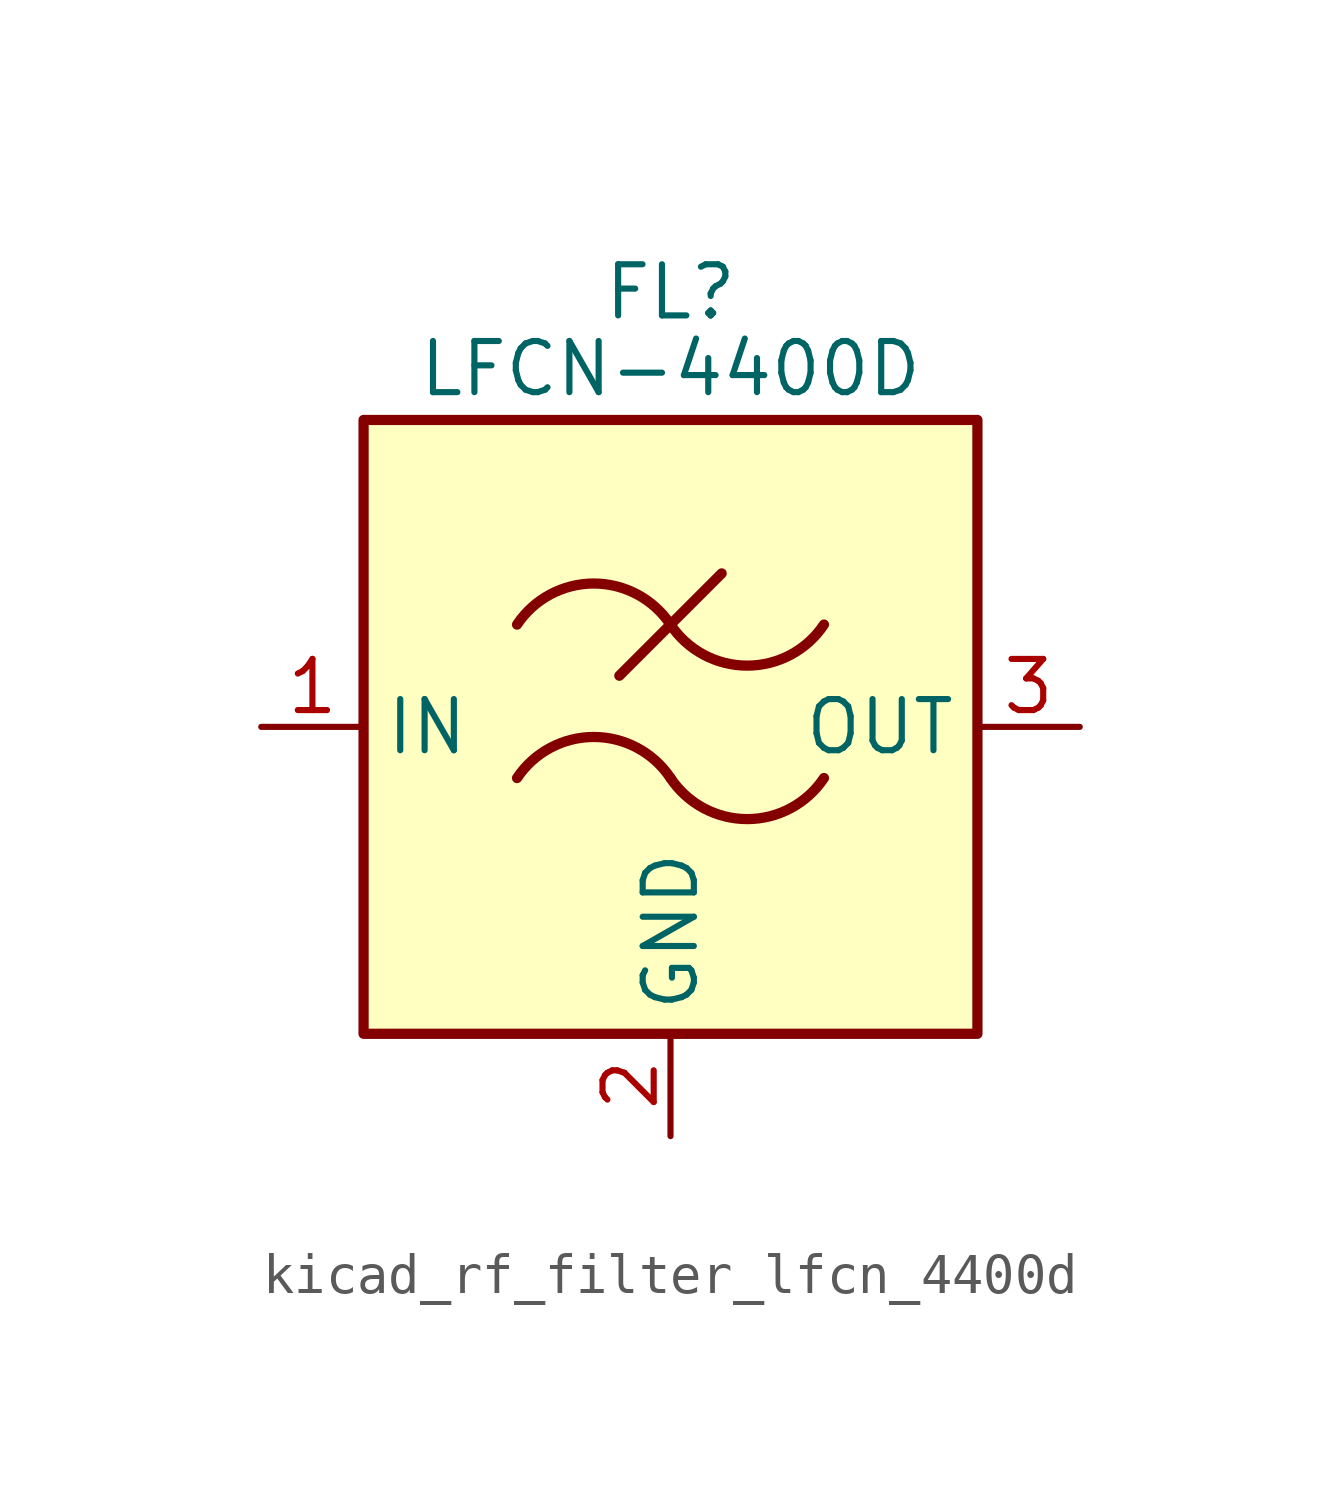
<source format=kicad_sym>
(kicad_symbol_lib
  (version 20220914)
  (generator kicad_symbol_editor)
  (symbol "kicad_rf_filter_lfcn_4400d"
    (property "Reference" "FL"
      (at 0 10.795 0)
      (effects (font (size 1.27 1.27))))
    (property "Value" "LFCN-4400D"
      (at 0 8.89 0)
      (effects (font (size 1.27 1.27))))
    (symbol "kicad_rf_filter_lfcn_4400d_0_1"
      (rectangle (start -7.62 7.62) (end 7.62 -7.62) (stroke (width 0.254) (type default)) (fill (type background)))
      (arc (start 0 -1.27) (mid -1.905 -0.2505) (end -3.81 -1.27) (stroke (width 0.254) (type default)) (fill (type none)))
      (arc (start 0 -1.27) (mid 1.905 -2.2895) (end 3.81 -1.27) (stroke (width 0.254) (type default)) (fill (type none)))
      (polyline (pts (xy -1.27 1.27) (xy 1.27 3.81)) (stroke (width 0.254) (type default)) (fill (type none)))
      (arc (start 0 2.54) (mid -1.905 3.5595) (end -3.81 2.54) (stroke (width 0.254) (type default)) (fill (type none)))
      (arc (start 0 2.54) (mid 1.905 1.5205) (end 3.81 2.54) (stroke (width 0.254) (type default)) (fill (type none))))
    (symbol "kicad_rf_filter_lfcn_4400d_1_1"
      (pin passive line (at -10.16 0 0) (length 2.54) (name "IN" (effects (font (size 1.27 1.27)))) (number "1" (effects (font (size 1.27 1.27)))))
      (pin passive line (at 0 -10.16 90) (length 2.54) (name "GND" (effects (font (size 1.27 1.27)))) (number "2" (effects (font (size 1.27 1.27)))))
      (pin passive line (at 10.16 0 180) (length 2.54) (name "OUT" (effects (font (size 1.27 1.27)))) (number "3" (effects (font (size 1.27 1.27)))))
      (pin passive line (at 0 -10.16 90) (length 2.54) hide (name "GND" (effects (font (size 1.27 1.27)))) (number "4" (effects (font (size 1.27 1.27))))))))
</source>
